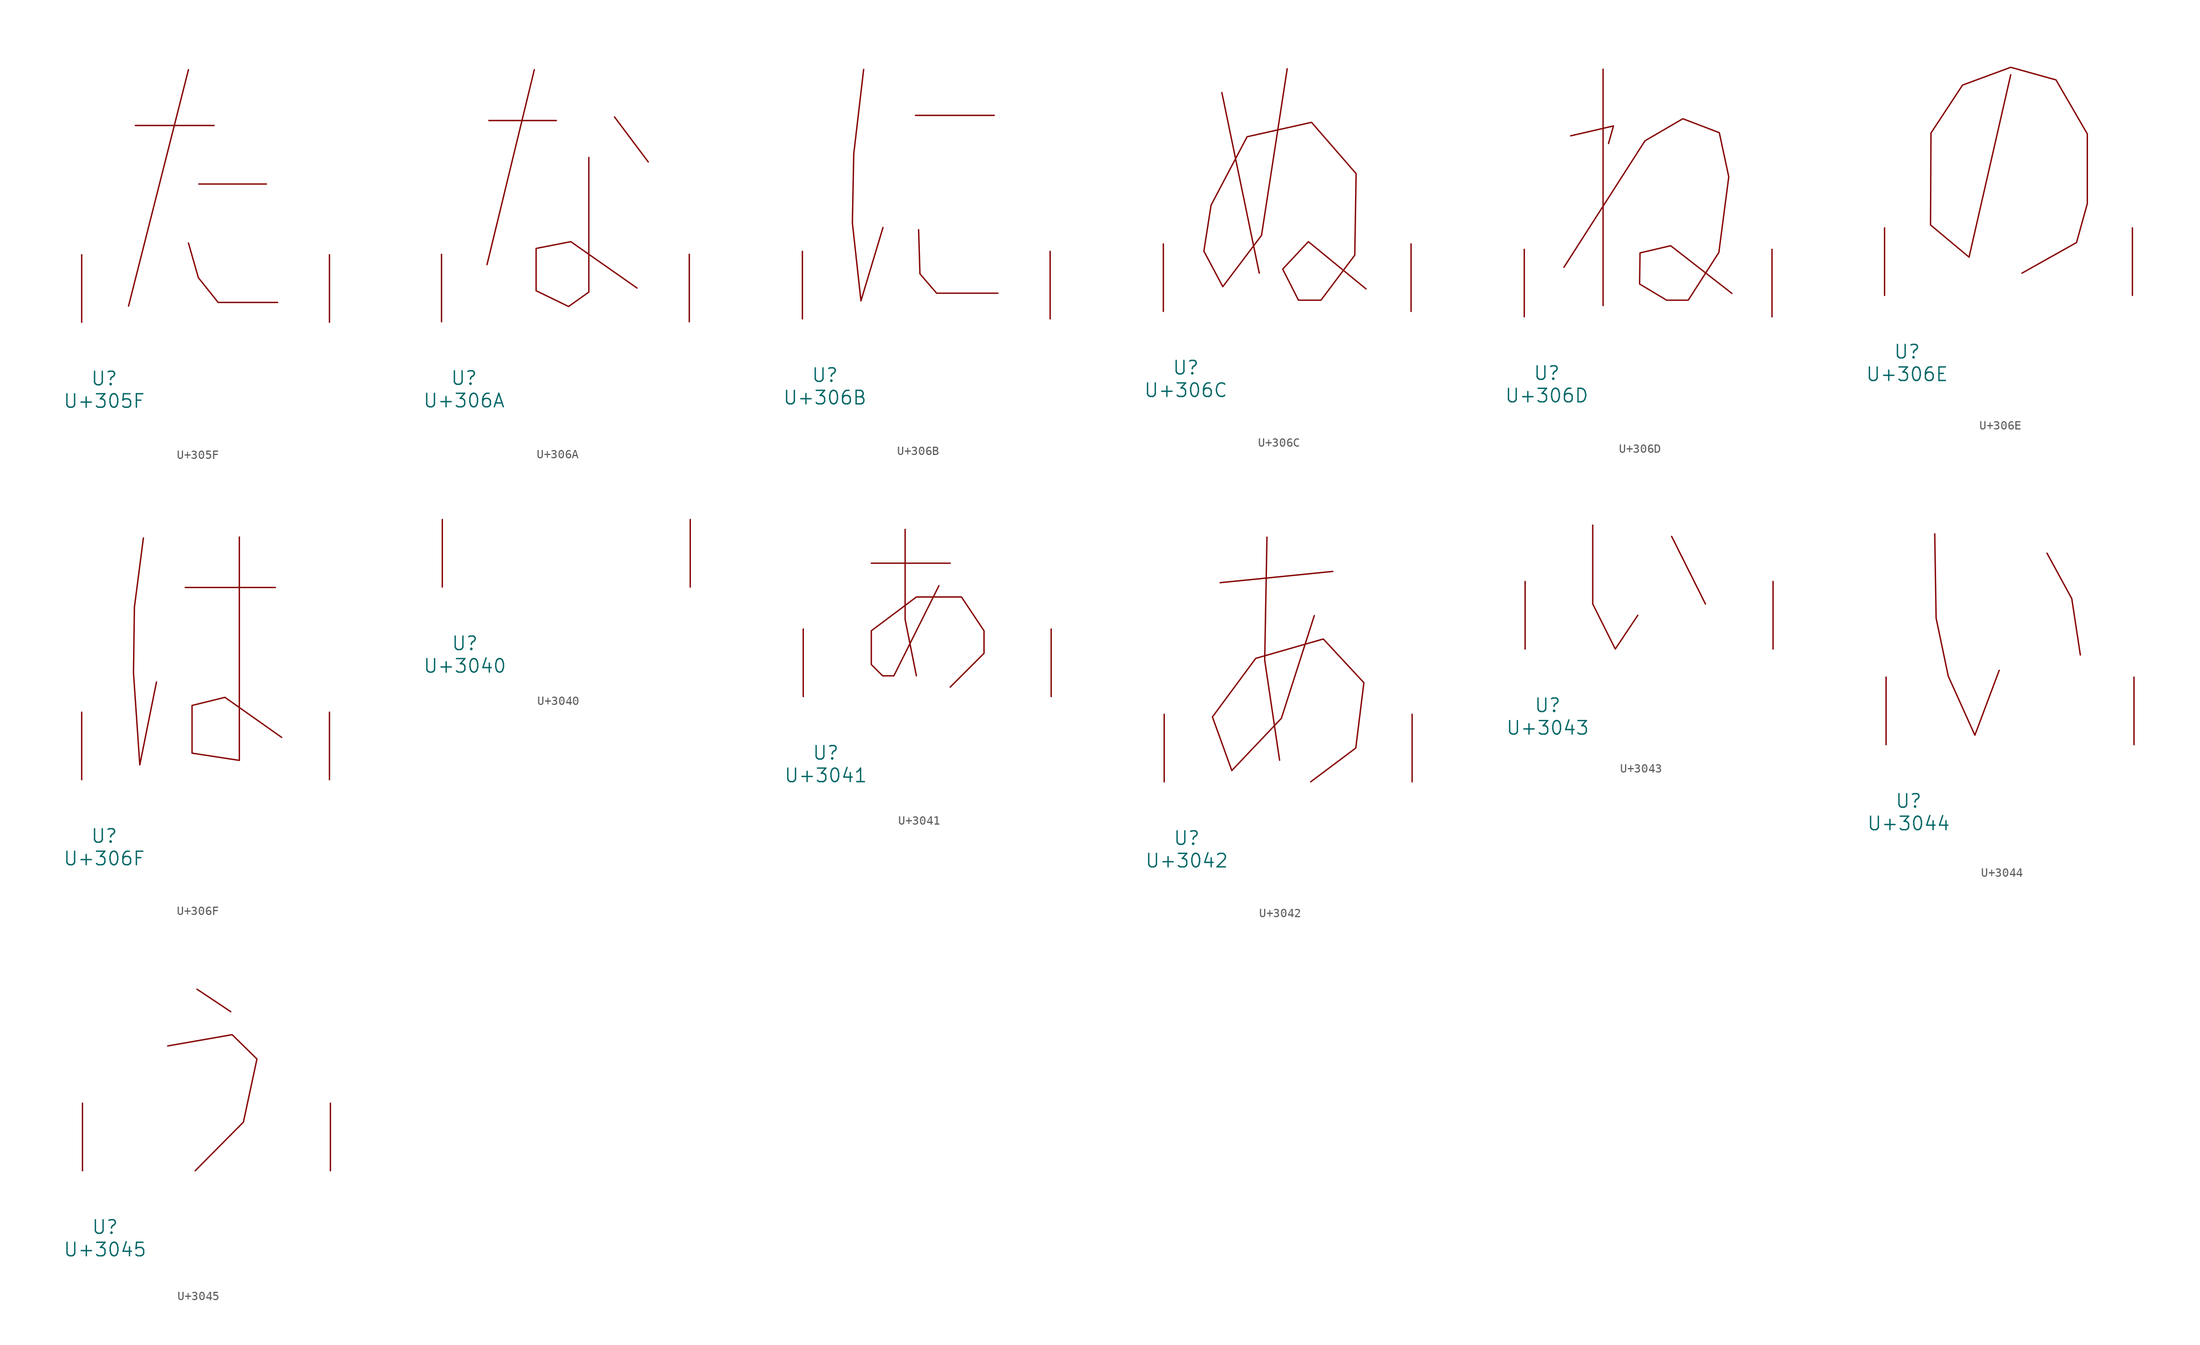
<source format=kicad_sym>
(kicad_symbol_lib
  (version 20231120)
  (generator "kicad_symbol_editor")
  (generator_version "8.0")
  (symbol "U+305F"
    (pin_names
      (offset 1.016))
    (property "Reference" "U"
      (at 0 -6.35 0)
      (effects (font (size 1.524 1.524))))
    (property "Value" "U+305F"
      (at 0 -8.89 0)
      (effects (font (size 1.524 1.524))))
    (symbol "U+305F_0_1"
      (polyline (pts (xy 3.505 22.2) (xy 12.395 22.2)) (stroke (width 0) (type solid)) (fill (type none)))
      (polyline (pts (xy 9.5 28.499) (xy 2.743 1.829)) (stroke (width 0) (type solid)) (fill (type none)))
      (polyline (pts (xy 10.668 15.596) (xy 18.288 15.596)) (stroke (width 0) (type solid)) (fill (type none)))
      (polyline (pts (xy 9.5 8.941) (xy 10.617 5.029) (xy 12.852 2.235) (xy 19.558 2.235)) (stroke (width 0) (type solid)) (fill (type none)))
      (pin input line (at -2.54 0 90) (length 7.62) (name "~" (effects (font (size 1.27 1.27)))) (number "~" (effects (font (size 1.27 1.27)))))
      (pin input line (at 25.4 0 90) (length 7.62) (name "~" (effects (font (size 1.27 1.27)))) (number "~" (effects (font (size 1.27 1.27)))))))
  (symbol "U+306A"
    (pin_names
      (offset 1.016))
    (property "Reference" "U"
      (at 0 -6.35 0)
      (effects (font (size 1.524 1.524))))
    (property "Value" "U+306A"
      (at 0 -8.89 0)
      (effects (font (size 1.524 1.524))))
    (symbol "U+306A_0_1"
      (polyline (pts (xy 2.794 22.708) (xy 10.414 22.708)) (stroke (width 0) (type solid)) (fill (type none)))
      (polyline (pts (xy 7.925 28.448) (xy 2.591 6.452)) (stroke (width 0) (type solid)) (fill (type none)))
      (polyline (pts (xy 16.967 23.114) (xy 20.777 18.034)) (stroke (width 0) (type solid)) (fill (type none)))
      (polyline (pts (xy 14.072 18.542) (xy 14.072 3.353) (xy 11.786 1.727) (xy 8.128 3.505) (xy 8.128 8.28) (xy 12.04 9.042) (xy 19.507 3.81)) (stroke (width 0) (type solid)) (fill (type none)))
      (pin input line (at -2.54 0 90) (length 7.62) (name "~" (effects (font (size 1.27 1.27)))) (number "~" (effects (font (size 1.27 1.27)))))
      (pin input line (at 25.4 0 90) (length 7.62) (name "~" (effects (font (size 1.27 1.27)))) (number "~" (effects (font (size 1.27 1.27)))))))
  (symbol "U+306B"
    (pin_names
      (offset 1.016))
    (property "Reference" "U"
      (at 0 -6.35 0)
      (effects (font (size 1.524 1.524))))
    (property "Value" "U+306B"
      (at 0 -8.89 0)
      (effects (font (size 1.524 1.524))))
    (symbol "U+306B_0_1"
      (polyline (pts (xy 10.211 22.962) (xy 19.101 22.962)) (stroke (width 0) (type solid)) (fill (type none)))
      (polyline (pts (xy 10.566 10.058) (xy 10.719 5.08) (xy 12.598 2.896) (xy 19.507 2.896)) (stroke (width 0) (type solid)) (fill (type none)))
      (polyline (pts (xy 4.369 28.143) (xy 3.251 18.593) (xy 3.099 10.82) (xy 4.064 2.032) (xy 6.553 10.312)) (stroke (width 0) (type solid)) (fill (type none)))
      (pin input line (at -2.54 0 90) (length 7.62) (name "~" (effects (font (size 1.27 1.27)))) (number "~" (effects (font (size 1.27 1.27)))))
      (pin input line (at 25.4 0 90) (length 7.62) (name "~" (effects (font (size 1.27 1.27)))) (number "~" (effects (font (size 1.27 1.27)))))))
  (symbol "U+306C"
    (pin_names
      (offset 1.016))
    (property "Reference" "U"
      (at 0 -6.35 0)
      (effects (font (size 1.524 1.524))))
    (property "Value" "U+306C"
      (at 0 -8.89 0)
      (effects (font (size 1.524 1.524))))
    (symbol "U+306C_0_1"
      (polyline (pts (xy 4.064 24.689) (xy 8.28 4.318)) (stroke (width 0) (type solid)) (fill (type none)))
      (polyline (pts (xy 11.43 27.381) (xy 8.534 8.585) (xy 4.166 2.794) (xy 2.032 6.807) (xy 2.845 11.989) (xy 6.909 19.71) (xy 14.173 21.336) (xy 19.202 15.545) (xy 19.05 6.35) (xy 15.24 1.27) (xy 12.7 1.27) (xy 10.922 4.775) (xy 13.818 7.874) (xy 20.32 2.54)) (stroke (width 0) (type solid)) (fill (type none)))
      (pin input line (at -2.54 0 90) (length 7.62) (name "~" (effects (font (size 1.27 1.27)))) (number "~" (effects (font (size 1.27 1.27)))))
      (pin input line (at 25.4 0 90) (length 7.62) (name "~" (effects (font (size 1.27 1.27)))) (number "~" (effects (font (size 1.27 1.27)))))))
  (symbol "U+306D"
    (pin_names
      (offset 1.016))
    (property "Reference" "U"
      (at 0 -6.35 0)
      (effects (font (size 1.524 1.524))))
    (property "Value" "U+306D"
      (at 0 -8.89 0)
      (effects (font (size 1.524 1.524))))
    (symbol "U+306D_0_1"
      (polyline (pts (xy 6.35 27.94) (xy 6.35 1.27)) (stroke (width 0) (type solid)) (fill (type none)))
      (polyline (pts (xy 2.692 20.422) (xy 7.518 21.539) (xy 6.96 19.558)) (stroke (width 0) (type solid)) (fill (type none)))
      (polyline (pts (xy 1.93 5.588) (xy 11.074 19.863) (xy 15.342 22.352) (xy 19.456 20.777) (xy 20.523 15.799) (xy 19.406 7.264) (xy 15.951 1.88) (xy 13.513 1.88) (xy 10.465 3.708) (xy 10.516 7.214) (xy 13.97 8.026) (xy 20.879 2.642)) (stroke (width 0) (type solid)) (fill (type none)))
      (pin input line (at -2.54 0 90) (length 7.62) (name "~" (effects (font (size 1.27 1.27)))) (number "~" (effects (font (size 1.27 1.27)))))
      (pin input line (at 25.4 0 90) (length 7.62) (name "~" (effects (font (size 1.27 1.27)))) (number "~" (effects (font (size 1.27 1.27)))))))
  (symbol "U+306E"
    (pin_names
      (offset 1.016))
    (property "Reference" "U"
      (at 0 -6.35 0)
      (effects (font (size 1.524 1.524))))
    (property "Value" "U+306E"
      (at 0 -8.89 0)
      (effects (font (size 1.524 1.524))))
    (symbol "U+306E_0_1"
      (polyline (pts (xy 11.684 24.892) (xy 6.985 4.318) (xy 2.642 7.95) (xy 2.692 18.313) (xy 6.248 23.724) (xy 11.684 25.73) (xy 16.789 24.308) (xy 20.32 18.212) (xy 20.32 10.363) (xy 19.101 5.969) (xy 12.954 2.515)) (stroke (width 0) (type solid)) (fill (type none)))
      (pin input line (at -2.54 0 90) (length 7.62) (name "~" (effects (font (size 1.27 1.27)))) (number "~" (effects (font (size 1.27 1.27)))))
      (pin input line (at 25.4 0 90) (length 7.62) (name "~" (effects (font (size 1.27 1.27)))) (number "~" (effects (font (size 1.27 1.27)))))))
  (symbol "U+306F"
    (pin_names
      (offset 1.016))
    (property "Reference" "U"
      (at 0 -6.35 0)
      (effects (font (size 1.524 1.524))))
    (property "Value" "U+306F"
      (at 0 -8.89 0)
      (effects (font (size 1.524 1.524))))
    (symbol "U+306F_0_1"
      (polyline (pts (xy 9.144 21.692) (xy 19.304 21.692)) (stroke (width 0) (type solid)) (fill (type none)))
      (polyline (pts (xy 4.42 27.28) (xy 3.404 19.456) (xy 3.302 12.04) (xy 4.013 1.676) (xy 5.893 11.024)) (stroke (width 0) (type solid)) (fill (type none)))
      (polyline (pts (xy 15.24 27.381) (xy 15.24 2.184) (xy 9.906 2.997) (xy 9.906 8.382) (xy 13.614 9.296) (xy 20.015 4.775)) (stroke (width 0) (type solid)) (fill (type none)))
      (pin input line (at -2.54 0 90) (length 7.62) (name "~" (effects (font (size 1.27 1.27)))) (number "~" (effects (font (size 1.27 1.27)))))
      (pin input line (at 25.4 0 90) (length 7.62) (name "~" (effects (font (size 1.27 1.27)))) (number "~" (effects (font (size 1.27 1.27)))))))
  (symbol "U+3040"
    (pin_names
      (offset 1.016))
    (property "Reference" "U"
      (at 0 -6.35 0)
      (effects (font (size 1.524 1.524))))
    (property "Value" "U+3040"
      (at 0 -8.89 0)
      (effects (font (size 1.524 1.524))))
    (symbol "U+3040_0_1"
      (pin input line (at -2.54 0 90) (length 7.62) (name "~" (effects (font (size 1.27 1.27)))) (number "~" (effects (font (size 1.27 1.27)))))
      (pin input line (at 25.4 0 90) (length 7.62) (name "~" (effects (font (size 1.27 1.27)))) (number "~" (effects (font (size 1.27 1.27)))))))
  (symbol "U+3041"
    (pin_names
      (offset 1.016))
    (property "Reference" "U"
      (at 0 -6.35 0)
      (effects (font (size 1.524 1.524))))
    (property "Value" "U+3041"
      (at 0 -8.89 0)
      (effects (font (size 1.524 1.524))))
    (symbol "U+3041_0_1"
      (polyline (pts (xy 5.131 15.037) (xy 14.021 15.037)) (stroke (width 0) (type solid)) (fill (type none)))
      (polyline (pts (xy 8.941 18.847) (xy 8.941 8.687) (xy 10.211 2.337)) (stroke (width 0) (type solid)) (fill (type none)))
      (polyline (pts (xy 12.751 12.497) (xy 7.671 2.337) (xy 6.401 2.337) (xy 5.131 3.607) (xy 5.131 7.417) (xy 10.211 11.227) (xy 15.291 11.227) (xy 17.831 7.417) (xy 17.831 4.877) (xy 14.021 1.067)) (stroke (width 0) (type solid)) (fill (type none)))
      (pin input line (at -2.54 0 90) (length 7.62) (name "~" (effects (font (size 1.27 1.27)))) (number "~" (effects (font (size 1.27 1.27)))))
      (pin input line (at 25.4 0 90) (length 7.62) (name "~" (effects (font (size 1.27 1.27)))) (number "~" (effects (font (size 1.27 1.27)))))))
  (symbol "U+3042"
    (pin_names
      (offset 1.016))
    (property "Reference" "U"
      (at 0 -6.35 0)
      (effects (font (size 1.524 1.524))))
    (property "Value" "U+3042"
      (at 0 -8.89 0)
      (effects (font (size 1.524 1.524))))
    (symbol "U+3042_0_1"
      (polyline (pts (xy 3.759 22.454) (xy 16.459 23.724)) (stroke (width 0) (type solid)) (fill (type none)))
      (polyline (pts (xy 9.042 27.584) (xy 8.788 13.716) (xy 10.465 2.438)) (stroke (width 0) (type solid)) (fill (type none)))
      (polyline (pts (xy 14.376 18.745) (xy 10.668 7.163) (xy 5.08 1.27) (xy 2.896 7.315) (xy 7.772 13.919) (xy 15.392 16.104) (xy 19.964 11.176) (xy 19.05 3.81) (xy 13.97 0)) (stroke (width 0) (type solid)) (fill (type none)))
      (pin input line (at -2.54 0 90) (length 7.62) (name "~" (effects (font (size 1.27 1.27)))) (number "~" (effects (font (size 1.27 1.27)))))
      (pin input line (at 25.4 0 90) (length 7.62) (name "~" (effects (font (size 1.27 1.27)))) (number "~" (effects (font (size 1.27 1.27)))))))
  (symbol "U+3043"
    (pin_names
      (offset 1.016))
    (property "Reference" "U"
      (at 0 -6.35 0)
      (effects (font (size 1.524 1.524))))
    (property "Value" "U+3043"
      (at 0 -8.89 0)
      (effects (font (size 1.524 1.524))))
    (symbol "U+3043_0_1"
      (polyline (pts (xy 13.97 12.7) (xy 17.78 5.08)) (stroke (width 0) (type solid)) (fill (type none)))
      (polyline (pts (xy 5.08 13.97) (xy 5.08 5.08) (xy 7.62 0) (xy 10.16 3.81)) (stroke (width 0) (type solid)) (fill (type none)))
      (pin input line (at -2.54 0 90) (length 7.62) (name "~" (effects (font (size 1.27 1.27)))) (number "~" (effects (font (size 1.27 1.27)))))
      (pin input line (at 25.4 0 90) (length 7.62) (name "~" (effects (font (size 1.27 1.27)))) (number "~" (effects (font (size 1.27 1.27)))))))
  (symbol "U+3044"
    (pin_names
      (offset 1.016))
    (property "Reference" "U"
      (at 0 -6.35 0)
      (effects (font (size 1.524 1.524))))
    (property "Value" "U+3044"
      (at 0 -8.89 0)
      (effects (font (size 1.524 1.524))))
    (symbol "U+3044_0_1"
      (polyline (pts (xy 15.596 21.59) (xy 18.39 16.459) (xy 19.355 10.109)) (stroke (width 0) (type solid)) (fill (type none)))
      (polyline (pts (xy 2.946 23.774) (xy 3.099 14.275) (xy 4.47 7.722) (xy 7.468 1.067) (xy 10.211 8.382)) (stroke (width 0) (type solid)) (fill (type none)))
      (pin input line (at -2.54 0 90) (length 7.62) (name "~" (effects (font (size 1.27 1.27)))) (number "~" (effects (font (size 1.27 1.27)))))
      (pin input line (at 25.4 0 90) (length 7.62) (name "~" (effects (font (size 1.27 1.27)))) (number "~" (effects (font (size 1.27 1.27)))))))
  (symbol "U+3045"
    (pin_names
      (offset 1.016))
    (property "Reference" "U"
      (at 0 -6.35 0)
      (effects (font (size 1.524 1.524))))
    (property "Value" "U+3045"
      (at 0 -8.89 0)
      (effects (font (size 1.524 1.524))))
    (symbol "U+3045_0_1"
      (polyline (pts (xy 10.363 20.472) (xy 14.173 17.932)) (stroke (width 0) (type solid)) (fill (type none)))
      (polyline (pts (xy 7.061 14.072) (xy 14.326 15.342) (xy 17.12 12.598) (xy 15.596 5.486) (xy 10.16 0)) (stroke (width 0) (type solid)) (fill (type none)))
      (pin input line (at -2.54 0 90) (length 7.62) (name "~" (effects (font (size 1.27 1.27)))) (number "~" (effects (font (size 1.27 1.27)))))
      (pin input line (at 25.4 0 90) (length 7.62) (name "~" (effects (font (size 1.27 1.27)))) (number "~" (effects (font (size 1.27 1.27))))))))
</source>
